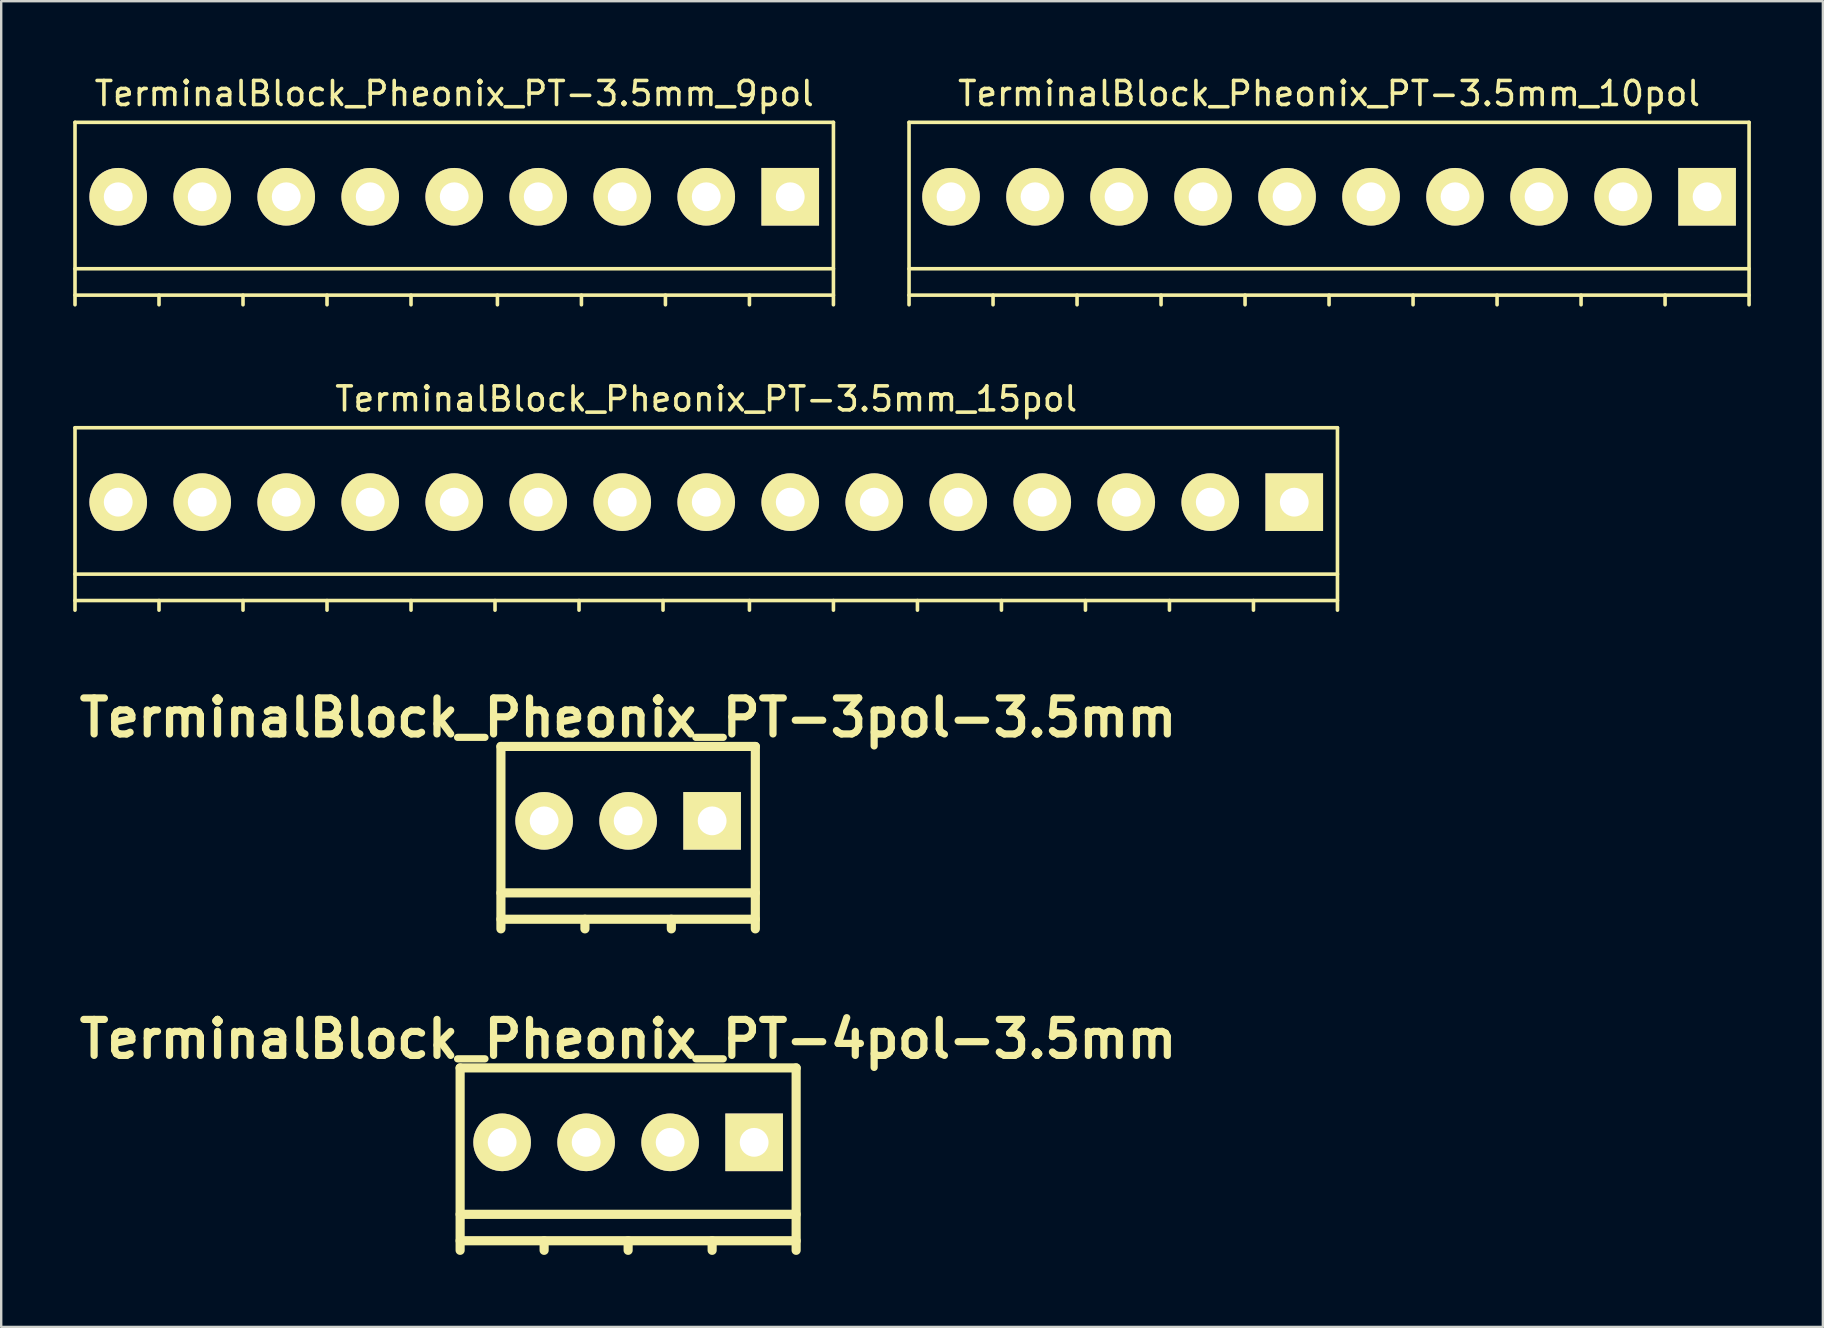
<source format=kicad_pcb>
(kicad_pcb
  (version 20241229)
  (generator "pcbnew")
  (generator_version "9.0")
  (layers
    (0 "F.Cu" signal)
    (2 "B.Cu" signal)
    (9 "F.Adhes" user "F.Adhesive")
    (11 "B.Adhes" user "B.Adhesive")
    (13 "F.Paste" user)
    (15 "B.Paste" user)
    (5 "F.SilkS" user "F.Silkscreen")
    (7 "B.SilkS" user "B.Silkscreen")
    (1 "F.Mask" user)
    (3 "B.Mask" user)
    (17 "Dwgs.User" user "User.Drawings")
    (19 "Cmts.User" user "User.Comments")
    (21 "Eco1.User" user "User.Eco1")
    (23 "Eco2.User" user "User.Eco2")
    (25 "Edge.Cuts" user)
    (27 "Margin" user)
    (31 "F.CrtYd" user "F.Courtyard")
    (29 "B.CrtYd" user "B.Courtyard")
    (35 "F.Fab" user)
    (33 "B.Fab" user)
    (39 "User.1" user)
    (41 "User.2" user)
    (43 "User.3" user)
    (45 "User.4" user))
  (footprint "TerminalBlock_Pheonix_PT-3.5mm_15pol"
    (layer "F.Cu")
    (at 26.375 18.572)
    (property "Reference" "TerminalBlock_Pheonix_PT-3.5mm_15pol" (at 0 -5 0) (layer "F.SilkS") (effects (font (size 1 1) (thickness 0.15))))
    (attr through_hole)
    (fp_line (start -26.3 -3.8) (end -26.3 3.8) (stroke (width 0.15) (type solid)) (layer "F.SilkS"))
    (fp_line (start -26.3 2.3) (end 26.3 2.3) (stroke (width 0.15) (type solid)) (layer "F.SilkS"))
    (fp_line (start -26.3 3.4) (end 26.3 3.4) (stroke (width 0.15) (type solid)) (layer "F.SilkS"))
    (fp_line (start -22.8 3.4) (end -22.8 3.8) (stroke (width 0.15) (type solid)) (layer "F.SilkS"))
    (fp_line (start -19.3 3.4) (end -19.3 3.8) (stroke (width 0.15) (type solid)) (layer "F.SilkS"))
    (fp_line (start -15.8 3.4) (end -15.8 3.8) (stroke (width 0.15) (type solid)) (layer "F.SilkS"))
    (fp_line (start -12.3 3.4) (end -12.3 3.8) (stroke (width 0.15) (type solid)) (layer "F.SilkS"))
    (fp_line (start -8.8 3.4) (end -8.8 3.8) (stroke (width 0.15) (type solid)) (layer "F.SilkS"))
    (fp_line (start -5.3 3.4) (end -5.3 3.8) (stroke (width 0.15) (type solid)) (layer "F.SilkS"))
    (fp_line (start -1.8 3.4) (end -1.8 3.8) (stroke (width 0.15) (type solid)) (layer "F.SilkS"))
    (fp_line (start 1.8 3.4) (end 1.8 3.8) (stroke (width 0.15) (type solid)) (layer "F.SilkS"))
    (fp_line (start 5.3 3.4) (end 5.3 3.8) (stroke (width 0.15) (type solid)) (layer "F.SilkS"))
    (fp_line (start 8.8 3.4) (end 8.8 3.8) (stroke (width 0.15) (type solid)) (layer "F.SilkS"))
    (fp_line (start 12.3 3.4) (end 12.3 3.8) (stroke (width 0.15) (type solid)) (layer "F.SilkS"))
    (fp_line (start 15.8 3.4) (end 15.8 3.8) (stroke (width 0.15) (type solid)) (layer "F.SilkS"))
    (fp_line (start 19.3 3.4) (end 19.3 3.8) (stroke (width 0.15) (type solid)) (layer "F.SilkS"))
    (fp_line (start 22.8 3.4) (end 22.8 3.8) (stroke (width 0.15) (type solid)) (layer "F.SilkS"))
    (fp_line (start 26.3 -3.8) (end -26.3 -3.8) (stroke (width 0.15) (type solid)) (layer "F.SilkS"))
    (fp_line (start 26.3 3.8) (end 26.3 -3.8) (stroke (width 0.15) (type solid)) (layer "F.SilkS"))
    (pad "1" thru_hole rect (at 24.5 -0.7) (size 2.4 2.4) (drill 1.2) (layers "*.Cu" "*.Mask" "F.SilkS"))
    (pad "2" thru_hole circle (at 21 -0.7) (size 2.4 2.4) (drill 1.2) (layers "*.Cu" "*.Mask" "F.SilkS"))
    (pad "3" thru_hole circle (at 17.5 -0.7) (size 2.4 2.4) (drill 1.2) (layers "*.Cu" "*.Mask" "F.SilkS"))
    (pad "4" thru_hole circle (at 14 -0.7) (size 2.4 2.4) (drill 1.2) (layers "*.Cu" "*.Mask" "F.SilkS"))
    (pad "5" thru_hole circle (at 10.5 -0.7) (size 2.4 2.4) (drill 1.2) (layers "*.Cu" "*.Mask" "F.SilkS"))
    (pad "6" thru_hole circle (at 7 -0.7) (size 2.4 2.4) (drill 1.2) (layers "*.Cu" "*.Mask" "F.SilkS"))
    (pad "7" thru_hole circle (at 3.5 -0.7) (size 2.4 2.4) (drill 1.2) (layers "*.Cu" "*.Mask" "F.SilkS"))
    (pad "8" thru_hole circle (at 0 -0.7) (size 2.4 2.4) (drill 1.2) (layers "*.Cu" "*.Mask" "F.SilkS"))
    (pad "9" thru_hole circle (at -3.5 -0.7) (size 2.4 2.4) (drill 1.2) (layers "*.Cu" "*.Mask" "F.SilkS"))
    (pad "10" thru_hole circle (at -7 -0.7) (size 2.4 2.4) (drill 1.2) (layers "*.Cu" "*.Mask" "F.SilkS"))
    (pad "11" thru_hole circle (at -10.5 -0.7) (size 2.4 2.4) (drill 1.2) (layers "*.Cu" "*.Mask" "F.SilkS"))
    (pad "12" thru_hole circle (at -14 -0.7) (size 2.4 2.4) (drill 1.2) (layers "*.Cu" "*.Mask" "F.SilkS"))
    (pad "13" thru_hole circle (at -17.5 -0.7) (size 2.4 2.4) (drill 1.2) (layers "*.Cu" "*.Mask" "F.SilkS"))
    (pad "14" thru_hole circle (at -21 -0.7) (size 2.4 2.4) (drill 1.2) (layers "*.Cu" "*.Mask" "F.SilkS"))
    (pad "15" thru_hole circle (at -24.5 -0.7) (size 2.4 2.4) (drill 1.2) (layers "*.Cu" "*.Mask" "F.SilkS")))
  (footprint "TerminalBlock_Pheonix_PT-3pol-3.5mm"
    (layer "F.Cu")
    (at 23.121 31.851)
    (property "Reference" "TerminalBlock_Pheonix_PT-3pol-3.5mm" (at 0 -5 0) (layer "F.SilkS") (effects (font (size 1.5 1.5) (thickness 0.3))))
    (attr through_hole)
    (fp_line (start -5.3 -3.8) (end -5.3 3.8) (stroke (width 0.381) (type solid)) (layer "F.SilkS"))
    (fp_line (start -5.3 2.3) (end 5.3 2.3) (stroke (width 0.381) (type solid)) (layer "F.SilkS"))
    (fp_line (start -5.3 3.4) (end 5.3 3.4) (stroke (width 0.381) (type solid)) (layer "F.SilkS"))
    (fp_line (start -1.8 3.4) (end -1.8 3.8) (stroke (width 0.381) (type solid)) (layer "F.SilkS"))
    (fp_line (start 1.8 3.4) (end 1.8 3.8) (stroke (width 0.381) (type solid)) (layer "F.SilkS"))
    (fp_line (start 5.3 -3.8) (end -5.3 -3.8) (stroke (width 0.381) (type solid)) (layer "F.SilkS"))
    (fp_line (start 5.3 3.8) (end 5.3 -3.8) (stroke (width 0.381) (type solid)) (layer "F.SilkS"))
    (pad "1" thru_hole rect (at 3.5 -0.7) (size 2.4 2.4) (drill 1.2) (layers "*.Cu" "*.Mask" "F.SilkS"))
    (pad "2" thru_hole circle (at 0 -0.7) (size 2.4 2.4) (drill 1.2) (layers "*.Cu" "*.Mask" "F.SilkS"))
    (pad "3" thru_hole circle (at -3.5 -0.7) (size 2.4 2.4) (drill 1.2) (layers "*.Cu" "*.Mask" "F.SilkS")))
  (footprint "TerminalBlock_Pheonix_PT-3.5mm_10pol"
    (layer "F.Cu")
    (at 52.325 5.848)
    (property "Reference" "TerminalBlock_Pheonix_PT-3.5mm_10pol" (at 0 -5 0) (layer "F.SilkS") (effects (font (size 1 1) (thickness 0.15))))
    (attr through_hole)
    (fp_line (start -17.5 -3.8) (end -17.5 3.8) (stroke (width 0.15) (type solid)) (layer "F.SilkS"))
    (fp_line (start -17.5 2.3) (end 17.5 2.3) (stroke (width 0.15) (type solid)) (layer "F.SilkS"))
    (fp_line (start -17.5 3.4) (end 17.5 3.4) (stroke (width 0.15) (type solid)) (layer "F.SilkS"))
    (fp_line (start -14 3.4) (end -14 3.8) (stroke (width 0.15) (type solid)) (layer "F.SilkS"))
    (fp_line (start -10.5 3.4) (end -10.5 3.8) (stroke (width 0.15) (type solid)) (layer "F.SilkS"))
    (fp_line (start -7 3.4) (end -7 3.8) (stroke (width 0.15) (type solid)) (layer "F.SilkS"))
    (fp_line (start -3.5 3.4) (end -3.5 3.8) (stroke (width 0.15) (type solid)) (layer "F.SilkS"))
    (fp_line (start 0 3.4) (end 0 3.8) (stroke (width 0.15) (type solid)) (layer "F.SilkS"))
    (fp_line (start 3.5 3.4) (end 3.5 3.8) (stroke (width 0.15) (type solid)) (layer "F.SilkS"))
    (fp_line (start 7 3.4) (end 7 3.8) (stroke (width 0.15) (type solid)) (layer "F.SilkS"))
    (fp_line (start 10.5 3.4) (end 10.5 3.8) (stroke (width 0.15) (type solid)) (layer "F.SilkS"))
    (fp_line (start 14 3.4) (end 14 3.8) (stroke (width 0.15) (type solid)) (layer "F.SilkS"))
    (fp_line (start 17.5 -3.8) (end -17.5 -3.8) (stroke (width 0.15) (type solid)) (layer "F.SilkS"))
    (fp_line (start 17.5 3.8) (end 17.5 -3.8) (stroke (width 0.15) (type solid)) (layer "F.SilkS"))
    (pad "1" thru_hole rect (at 15.75 -0.7) (size 2.4 2.4) (drill 1.2) (layers "*.Cu" "*.Mask" "F.SilkS"))
    (pad "2" thru_hole circle (at 12.25 -0.7) (size 2.4 2.4) (drill 1.2) (layers "*.Cu" "*.Mask" "F.SilkS"))
    (pad "3" thru_hole circle (at 8.75 -0.7) (size 2.4 2.4) (drill 1.2) (layers "*.Cu" "*.Mask" "F.SilkS"))
    (pad "4" thru_hole circle (at 5.25 -0.7) (size 2.4 2.4) (drill 1.2) (layers "*.Cu" "*.Mask" "F.SilkS"))
    (pad "5" thru_hole circle (at 1.75 -0.7) (size 2.4 2.4) (drill 1.2) (layers "*.Cu" "*.Mask" "F.SilkS"))
    (pad "6" thru_hole circle (at -1.75 -0.7) (size 2.4 2.4) (drill 1.2) (layers "*.Cu" "*.Mask" "F.SilkS"))
    (pad "7" thru_hole circle (at -5.25 -0.7) (size 2.4 2.4) (drill 1.2) (layers "*.Cu" "*.Mask" "F.SilkS"))
    (pad "8" thru_hole circle (at -8.75 -0.7) (size 2.4 2.4) (drill 1.2) (layers "*.Cu" "*.Mask" "F.SilkS"))
    (pad "9" thru_hole circle (at -12.25 -0.7) (size 2.4 2.4) (drill 1.2) (layers "*.Cu" "*.Mask" "F.SilkS"))
    (pad "10" thru_hole circle (at -15.75 -0.7) (size 2.4 2.4) (drill 1.2) (layers "*.Cu" "*.Mask" "F.SilkS")))
  (footprint "TerminalBlock_Pheonix_PT-4pol-3.5mm"
    (layer "F.Cu")
    (at 23.121 45.245)
    (property "Reference" "TerminalBlock_Pheonix_PT-4pol-3.5mm" (at 0 -5 0) (layer "F.SilkS") (effects (font (size 1.5 1.5) (thickness 0.3))))
    (attr through_hole)
    (fp_line (start -7 -3.8) (end -7 3.8) (stroke (width 0.381) (type solid)) (layer "F.SilkS"))
    (fp_line (start -7 2.3) (end 7 2.3) (stroke (width 0.381) (type solid)) (layer "F.SilkS"))
    (fp_line (start -7 3.4) (end 7 3.4) (stroke (width 0.381) (type solid)) (layer "F.SilkS"))
    (fp_line (start -3.5 3.4) (end -3.5 3.8) (stroke (width 0.381) (type solid)) (layer "F.SilkS"))
    (fp_line (start 0 3.4) (end 0 3.8) (stroke (width 0.381) (type solid)) (layer "F.SilkS"))
    (fp_line (start 3.5 3.4) (end 3.5 3.8) (stroke (width 0.381) (type solid)) (layer "F.SilkS"))
    (fp_line (start 7 -3.8) (end -7 -3.8) (stroke (width 0.381) (type solid)) (layer "F.SilkS"))
    (fp_line (start 7 3.8) (end 7 -3.8) (stroke (width 0.381) (type solid)) (layer "F.SilkS"))
    (pad "1" thru_hole rect (at 5.25 -0.7) (size 2.4 2.4) (drill 1.2) (layers "*.Cu" "*.Mask" "F.SilkS"))
    (pad "2" thru_hole circle (at 1.75 -0.7) (size 2.4 2.4) (drill 1.2) (layers "*.Cu" "*.Mask" "F.SilkS"))
    (pad "3" thru_hole circle (at -1.75 -0.7) (size 2.4 2.4) (drill 1.2) (layers "*.Cu" "*.Mask" "F.SilkS"))
    (pad "4" thru_hole circle (at -5.25 -0.7) (size 2.4 2.4) (drill 1.2) (layers "*.Cu" "*.Mask" "F.SilkS")))
  (footprint "TerminalBlock_Pheonix_PT-3.5mm_9pol"
    (layer "F.Cu")
    (at 15.875 5.848)
    (property "Reference" "TerminalBlock_Pheonix_PT-3.5mm_9pol" (at 0 -5 0) (layer "F.SilkS") (effects (font (size 1 1) (thickness 0.15))))
    (attr through_hole)
    (fp_line (start -15.8 -3.8) (end -15.8 3.8) (stroke (width 0.15) (type solid)) (layer "F.SilkS"))
    (fp_line (start -15.8 2.3) (end 15.8 2.3) (stroke (width 0.15) (type solid)) (layer "F.SilkS"))
    (fp_line (start -15.8 3.4) (end 15.8 3.4) (stroke (width 0.15) (type solid)) (layer "F.SilkS"))
    (fp_line (start -12.3 3.4) (end -12.3 3.8) (stroke (width 0.15) (type solid)) (layer "F.SilkS"))
    (fp_line (start -8.8 3.4) (end -8.8 3.8) (stroke (width 0.15) (type solid)) (layer "F.SilkS"))
    (fp_line (start -5.3 3.4) (end -5.3 3.8) (stroke (width 0.15) (type solid)) (layer "F.SilkS"))
    (fp_line (start -1.8 3.4) (end -1.8 3.8) (stroke (width 0.15) (type solid)) (layer "F.SilkS"))
    (fp_line (start 1.8 3.4) (end 1.8 3.8) (stroke (width 0.15) (type solid)) (layer "F.SilkS"))
    (fp_line (start 5.3 3.4) (end 5.3 3.8) (stroke (width 0.15) (type solid)) (layer "F.SilkS"))
    (fp_line (start 8.8 3.4) (end 8.8 3.8) (stroke (width 0.15) (type solid)) (layer "F.SilkS"))
    (fp_line (start 12.3 3.4) (end 12.3 3.8) (stroke (width 0.15) (type solid)) (layer "F.SilkS"))
    (fp_line (start 15.8 -3.8) (end -15.8 -3.8) (stroke (width 0.15) (type solid)) (layer "F.SilkS"))
    (fp_line (start 15.8 3.8) (end 15.8 -3.8) (stroke (width 0.15) (type solid)) (layer "F.SilkS"))
    (pad "1" thru_hole rect (at 14 -0.7) (size 2.4 2.4) (drill 1.2) (layers "*.Cu" "*.Mask" "F.SilkS"))
    (pad "2" thru_hole circle (at 10.5 -0.7) (size 2.4 2.4) (drill 1.2) (layers "*.Cu" "*.Mask" "F.SilkS"))
    (pad "3" thru_hole circle (at 7 -0.7) (size 2.4 2.4) (drill 1.2) (layers "*.Cu" "*.Mask" "F.SilkS"))
    (pad "4" thru_hole circle (at 3.5 -0.7) (size 2.4 2.4) (drill 1.2) (layers "*.Cu" "*.Mask" "F.SilkS"))
    (pad "5" thru_hole circle (at 0 -0.7) (size 2.4 2.4) (drill 1.2) (layers "*.Cu" "*.Mask" "F.SilkS"))
    (pad "6" thru_hole circle (at -3.5 -0.7) (size 2.4 2.4) (drill 1.2) (layers "*.Cu" "*.Mask" "F.SilkS"))
    (pad "7" thru_hole circle (at -7 -0.7) (size 2.4 2.4) (drill 1.2) (layers "*.Cu" "*.Mask" "F.SilkS"))
    (pad "8" thru_hole circle (at -10.5 -0.7) (size 2.4 2.4) (drill 1.2) (layers "*.Cu" "*.Mask" "F.SilkS"))
    (pad "9" thru_hole circle (at -14 -0.7) (size 2.4 2.4) (drill 1.2) (layers "*.Cu" "*.Mask" "F.SilkS")))
  (gr_rect
    (start -3 -3)
    (end 72.9 52.236)
    (stroke (width 0.1) (type default))
    (fill no)
    (layer "Edge.Cuts")))
</source>
